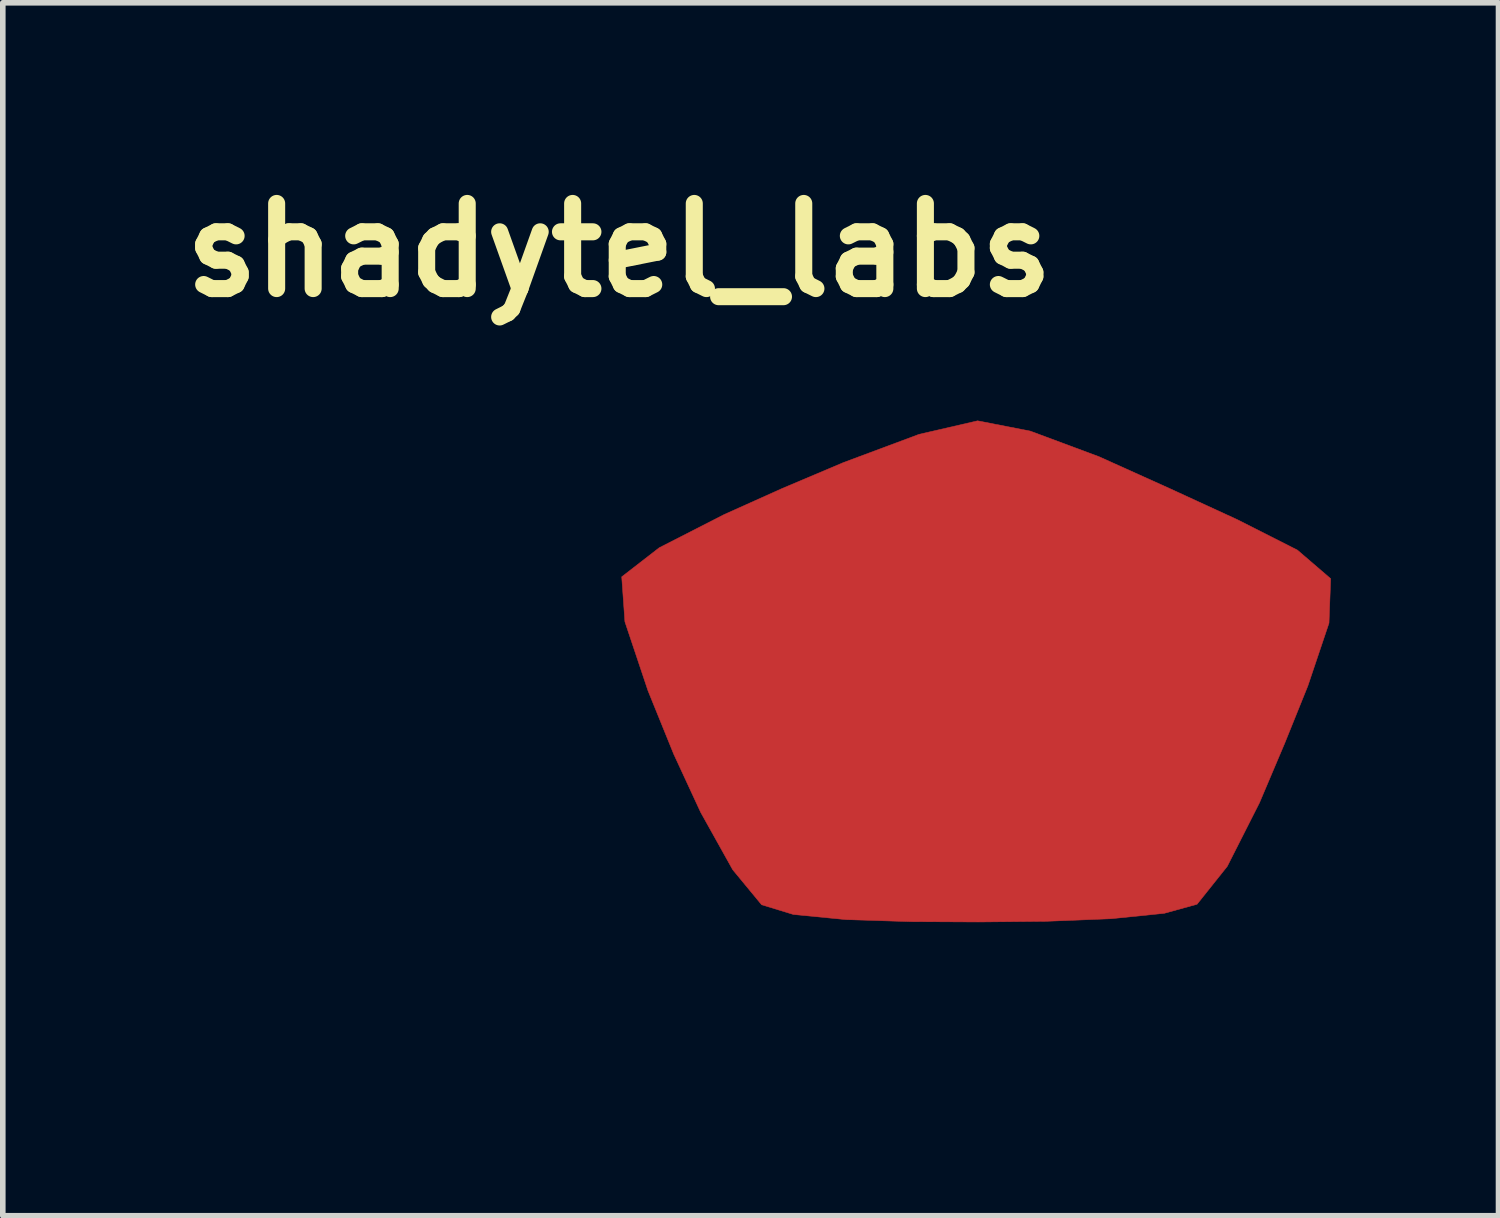
<source format=kicad_pcb>
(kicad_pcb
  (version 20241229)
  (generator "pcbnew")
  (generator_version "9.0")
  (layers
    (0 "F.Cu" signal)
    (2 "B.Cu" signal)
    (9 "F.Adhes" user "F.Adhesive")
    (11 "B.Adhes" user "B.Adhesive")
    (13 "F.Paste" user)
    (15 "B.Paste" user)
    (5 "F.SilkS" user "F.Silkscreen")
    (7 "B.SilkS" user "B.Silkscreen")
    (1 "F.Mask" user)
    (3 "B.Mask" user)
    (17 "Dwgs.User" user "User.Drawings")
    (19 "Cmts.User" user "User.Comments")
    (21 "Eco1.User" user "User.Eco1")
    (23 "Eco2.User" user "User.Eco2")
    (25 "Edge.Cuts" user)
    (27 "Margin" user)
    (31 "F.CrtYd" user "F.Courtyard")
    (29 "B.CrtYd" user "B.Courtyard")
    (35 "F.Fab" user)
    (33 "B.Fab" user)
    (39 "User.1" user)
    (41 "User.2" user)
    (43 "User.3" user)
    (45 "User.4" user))
  (footprint "shadytel_labs"
    (layer "F.Cu")
    (at 8.034 4.478)
    (property "Reference" "shadytel_labs" (at 0 -3.052 0) (layer "F.SilkS") (effects (font (size 1.524 1.524) (thickness 0.305))))
    (attr exclude_from_pos_files exclude_from_bom)
    (fp_poly (pts (xy 2.922 1.212) (xy 4.014 0.75) (xy 5.365 0.246) (xy 6.414 0.004) (xy 7.357 0.188) (xy 8.587 0.646) (xy 9.843 1.212) (xy 11.063 1.773) (xy 12.137 2.317) (xy 12.733 2.829) (xy 12.703 3.624) (xy 12.325 4.747) (xy 11.909 5.778) (xy 11.459 6.84) (xy 10.882 7.979) (xy 10.341 8.657) (xy 9.754 8.819) (xy 8.8 8.916) (xy 7.64 8.962) (xy 6.43 8.974) (xy 5.221 8.968) (xy 4.063 8.932) (xy 3.118 8.84) (xy 2.548 8.666) (xy 2.03 8.038) (xy 1.457 7.011) (xy 0.975 5.97) (xy 0.513 4.831) (xy 0.101 3.6) (xy 0.044 2.796) (xy 0.716 2.275) (xy 1.88 1.68) (xy 2.922 1.212)) (stroke (width 0.009) (type solid)) (fill yes) (layer "F.Cu"))
    (fp_poly (pts (xy 7.952 9.606) (xy 7.62 10.848) (xy 7.337 10.848) (xy 7.669 9.606) (xy 7.952 9.606)) (stroke (width 0) (type solid)) (fill yes) (layer "F.Mask"))
    (fp_poly (pts (xy 8.999 9.606) (xy 8.742 10.563) (xy 9.263 10.563) (xy 9.189 10.848) (xy 8.334 10.848) (xy 8.665 9.606) (xy 8.999 9.606)) (stroke (width 0) (type solid)) (fill yes) (layer "F.Mask"))
    (fp_poly (pts (xy 5.85 4.219) (xy 6.962 4.219) (xy 6.974 3.696) (xy 7.033 3.654) (xy 8.145 3.664) (xy 8.205 4.459) (xy 8.465 4.721) (xy 9.208 5.492) (xy 9.778 6.342) (xy 9.767 7.493) (xy 8.95 7.514) (xy 8.122 7.514) (xy 7.293 7.514) (xy 6.237 7.511) (xy 5.181 7.509) (xy 4.125 7.506) (xy 3.069 7.504) (xy 3.009 7.441) (xy 2.997 6.949) (xy 3.213 6.017) (xy 3.72 5.354) (xy 4.311 4.752) (xy 4.619 4.438) (xy 4.631 3.695) (xy 4.69 3.654) (xy 5.838 3.695) (xy 5.85 4.219)) (stroke (width 0) (type solid)) (fill yes) (layer "F.Mask"))
    (fp_poly (pts (xy 5.67 1.959) (xy 6.83 1.965) (xy 7.928 2.009) (xy 8.954 2.104) (xy 9.899 2.262) (xy 11.054 2.534) (xy 11.501 3.204) (xy 11.73 3.912) (xy 11.588 4.648) (xy 10.499 4.943) (xy 9.279 4.731) (xy 8.773 4.145) (xy 8.701 3.392) (xy 8.064 3.14) (xy 6.95 3.007) (xy 5.916 3.016) (xy 4.94 3.099) (xy 4.198 3.35) (xy 3.967 4.323) (xy 3.285 4.816) (xy 2.134 4.93) (xy 1.383 4.794) (xy 1.077 4.18) (xy 1.21 3.445) (xy 1.744 2.534) (xy 2.264 2.398) (xy 3.362 2.182) (xy 4.559 2.022) (xy 5.67 1.959)) (stroke (width 0) (type solid)) (fill yes) (layer "F.Mask"))
    (fp_poly (pts (xy 2.295 9.606) (xy 2.151 10.14) (xy 2.163 10.14) (xy 2.172 10.125) (xy 2.183 10.112) (xy 2.202 10.086) (xy 2.224 10.062) (xy 2.256 10.034) (xy 2.289 10.012) (xy 2.323 9.997) (xy 2.364 9.984) (xy 2.408 9.978) (xy 2.459 9.974) (xy 2.518 9.978) (xy 2.572 9.989) (xy 2.615 10.008) (xy 2.652 10.034) (xy 2.677 10.069) (xy 2.69 10.112) (xy 2.69 10.166) (xy 2.679 10.232) (xy 2.515 10.848) (xy 2.232 10.848) (xy 2.369 10.332) (xy 2.375 10.304) (xy 2.379 10.276) (xy 2.377 10.252) (xy 2.375 10.232) (xy 2.366 10.217) (xy 2.347 10.204) (xy 2.321 10.198) (xy 2.287 10.194) (xy 2.248 10.198) (xy 2.215 10.205) (xy 2.185 10.22) (xy 2.161 10.237) (xy 2.138 10.261) (xy 2.12 10.287) (xy 2.105 10.319) (xy 2.096 10.354) (xy 1.963 10.848) (xy 1.68 10.848) (xy 2.012 9.606) (xy 2.295 9.606) (xy 2.295 9.606)) (stroke (width 0) (type solid)) (fill yes) (layer "F.Mask"))
    (fp_poly (pts (xy 5.735 9.978) (xy 5.271 10.906) (xy 5.232 10.978) (xy 5.189 11.046) (xy 5.143 11.101) (xy 5.094 11.148) (xy 5.037 11.183) (xy 4.973 11.211) (xy 4.901 11.226) (xy 4.819 11.232) (xy 4.811 11.232) (xy 4.804 11.232) (xy 4.8 11.232) (xy 4.798 11.232) (xy 4.795 11.232) (xy 4.791 11.232) (xy 4.783 11.23) (xy 4.776 11.23) (xy 4.772 11.23) (xy 4.77 11.23) (xy 4.767 11.23) (xy 4.763 11.23) (xy 4.755 11.23) (xy 4.75 11.23) (xy 4.742 11.228) (xy 4.737 11.228) (xy 4.729 11.228) (xy 4.724 11.228) (xy 4.716 11.226) (xy 4.709 11.226) (xy 4.761 11.034) (xy 4.761 11.033) (xy 4.763 11.033) (xy 4.767 11.033) (xy 4.768 11.033) (xy 4.768 11.034) (xy 4.77 11.034) (xy 4.772 11.034) (xy 4.776 11.034) (xy 4.78 11.036) (xy 4.781 11.036) (xy 4.828 11.032) (xy 4.869 11.023) (xy 4.903 11.008) (xy 4.929 10.988) (xy 4.942 10.971) (xy 4.955 10.954) (xy 4.962 10.941) (xy 4.971 10.928) (xy 4.99 10.889) (xy 5.011 10.848) (xy 4.854 10.848) (xy 4.83 9.978) (xy 5.128 9.978) (xy 5.111 10.684) (xy 5.445 9.978) (xy 5.735 9.978) (xy 5.735 9.978)) (stroke (width 0) (type solid)) (fill yes) (layer "F.Mask"))
    (fp_poly (pts (xy 6.994 10.557) (xy 7.27 10.557) (xy 7.238 10.652) (xy 7.199 10.725) (xy 7.151 10.779) (xy 7.097 10.813) (xy 7.033 10.835) (xy 6.963 10.848) (xy 6.884 10.852) (xy 6.799 10.856) (xy 6.683 10.85) (xy 6.59 10.837) (xy 6.519 10.813) (xy 6.471 10.774) (xy 6.443 10.721) (xy 6.436 10.645) (xy 6.441 10.548) (xy 6.469 10.431) (xy 6.503 10.317) (xy 6.544 10.22) (xy 6.588 10.14) (xy 6.639 10.079) (xy 6.7 10.034) (xy 6.782 10.001) (xy 6.883 9.982) (xy 7.004 9.974) (xy 7.104 9.98) (xy 7.188 9.995) (xy 7.255 10.019) (xy 7.305 10.051) (xy 7.337 10.099) (xy 7.35 10.166) (xy 7.345 10.256) (xy 7.322 10.364) (xy 7.296 10.463) (xy 6.784 10.463) (xy 6.784 10.31) (xy 7.065 10.306) (xy 7.065 10.306) (xy 7.071 10.278) (xy 7.074 10.25) (xy 7.069 10.226) (xy 7.063 10.207) (xy 7.046 10.194) (xy 7.028 10.185) (xy 7.002 10.179) (xy 6.968 10.176) (xy 6.955 10.172) (xy 6.911 10.178) (xy 6.877 10.185) (xy 6.851 10.194) (xy 6.83 10.209) (xy 6.816 10.228) (xy 6.802 10.252) (xy 6.791 10.28) (xy 6.784 10.31) (xy 6.784 10.463) (xy 6.739 10.463) (xy 6.726 10.511) (xy 6.719 10.552) (xy 6.717 10.585) (xy 6.719 10.613) (xy 6.73 10.636) (xy 6.754 10.651) (xy 6.789 10.662) (xy 6.842 10.664) (xy 6.87 10.664) (xy 6.896 10.66) (xy 6.918 10.654) (xy 6.938 10.645) (xy 6.953 10.634) (xy 6.968 10.615) (xy 6.981 10.591) (xy 6.994 10.561) (xy 6.994 10.557) (xy 6.994 10.557)) (stroke (width 0) (type solid)) (fill yes) (layer "F.Mask"))
    (fp_poly (pts (xy 6.465 9.978) (xy 6.409 10.183) (xy 6.08 10.183) (xy 5.987 10.535) (xy 5.985 10.539) (xy 5.983 10.543) (xy 5.983 10.546) (xy 5.983 10.548) (xy 5.981 10.55) (xy 5.981 10.554) (xy 5.983 10.554) (xy 5.983 10.556) (xy 5.981 10.559) (xy 5.981 10.561) (xy 5.979 10.565) (xy 5.979 10.569) (xy 5.977 10.57) (xy 5.977 10.574) (xy 5.977 10.576) (xy 5.974 10.591) (xy 5.97 10.606) (xy 5.97 10.619) (xy 5.974 10.63) (xy 5.977 10.641) (xy 5.985 10.649) (xy 5.998 10.652) (xy 6.015 10.654) (xy 6.039 10.652) (xy 6.057 10.649) (xy 6.072 10.641) (xy 6.085 10.628) (xy 6.093 10.615) (xy 6.102 10.598) (xy 6.11 10.58) (xy 6.119 10.557) (xy 6.121 10.554) (xy 6.121 10.55) (xy 6.123 10.546) (xy 6.123 10.543) (xy 6.124 10.539) (xy 6.126 10.535) (xy 6.126 10.533) (xy 6.126 10.53) (xy 6.13 10.526) (xy 6.13 10.522) (xy 6.132 10.518) (xy 6.132 10.515) (xy 6.134 10.511) (xy 6.136 10.507) (xy 6.136 10.503) (xy 6.136 10.502) (xy 6.137 10.498) (xy 6.137 10.494) (xy 6.367 10.49) (xy 6.365 10.494) (xy 6.365 10.498) (xy 6.363 10.502) (xy 6.363 10.503) (xy 6.361 10.509) (xy 6.359 10.515) (xy 6.359 10.518) (xy 6.359 10.52) (xy 6.357 10.524) (xy 6.359 10.524) (xy 6.359 10.528) (xy 6.357 10.529) (xy 6.357 10.533) (xy 6.357 10.535) (xy 6.355 10.539) (xy 6.355 10.541) (xy 6.354 10.542) (xy 6.354 10.546) (xy 6.354 10.548) (xy 6.352 10.552) (xy 6.352 10.554) (xy 6.352 10.555) (xy 6.35 10.559) (xy 6.35 10.561) (xy 6.35 10.563) (xy 6.35 10.567) (xy 6.35 10.569) (xy 6.348 10.572) (xy 6.322 10.647) (xy 6.294 10.708) (xy 6.257 10.759) (xy 6.216 10.796) (xy 6.166 10.822) (xy 6.106 10.84) (xy 6.033 10.85) (xy 5.949 10.854) (xy 5.879 10.85) (xy 5.819 10.846) (xy 5.765 10.833) (xy 5.722 10.813) (xy 5.689 10.783) (xy 5.672 10.736) (xy 5.672 10.673) (xy 5.687 10.595) (xy 5.797 10.183) (xy 5.691 10.183) (xy 5.746 9.978) (xy 5.853 9.978) (xy 5.901 9.796) (xy 6.184 9.796) (xy 6.136 9.978) (xy 6.465 9.978) (xy 6.465 9.978)) (stroke (width 0) (type solid)) (fill yes) (layer "F.Mask"))
    (fp_poly (pts (xy 4.852 9.608) (xy 4.521 10.848) (xy 4.247 10.848) (xy 4.295 10.697) (xy 4.286 10.697) (xy 4.256 10.746) (xy 4.226 10.783) (xy 4.193 10.811) (xy 4.156 10.829) (xy 4.146 10.833) (xy 4.146 10.651) (xy 4.187 10.649) (xy 4.223 10.641) (xy 4.252 10.628) (xy 4.277 10.608) (xy 4.295 10.584) (xy 4.314 10.554) (xy 4.318 10.543) (xy 4.323 10.531) (xy 4.333 10.505) (xy 4.342 10.477) (xy 4.342 10.476) (xy 4.344 10.472) (xy 4.344 10.47) (xy 4.344 10.466) (xy 4.346 10.464) (xy 4.346 10.461) (xy 4.347 10.459) (xy 4.347 10.455) (xy 4.347 10.453) (xy 4.349 10.451) (xy 4.349 10.45) (xy 4.349 10.448) (xy 4.351 10.444) (xy 4.349 10.44) (xy 4.351 10.436) (xy 4.351 10.435) (xy 4.353 10.431) (xy 4.353 10.427) (xy 4.355 10.423) (xy 4.355 10.42) (xy 4.355 10.418) (xy 4.357 10.414) (xy 4.357 10.41) (xy 4.368 10.364) (xy 4.375 10.321) (xy 4.379 10.284) (xy 4.381 10.25) (xy 4.37 10.224) (xy 4.346 10.204) (xy 4.308 10.192) (xy 4.256 10.189) (xy 4.211 10.192) (xy 4.174 10.206) (xy 4.144 10.226) (xy 4.124 10.254) (xy 4.115 10.271) (xy 4.107 10.287) (xy 4.1 10.306) (xy 4.092 10.323) (xy 4.079 10.36) (xy 4.068 10.397) (xy 4.07 10.394) (xy 4.07 10.394) (xy 4.055 10.446) (xy 4.044 10.492) (xy 4.036 10.531) (xy 4.033 10.565) (xy 4.035 10.595) (xy 4.042 10.619) (xy 4.064 10.638) (xy 4.098 10.649) (xy 4.146 10.651) (xy 4.146 10.833) (xy 4.117 10.842) (xy 4.077 10.848) (xy 4.046 10.852) (xy 4.012 10.856) (xy 4.001 10.856) (xy 3.99 10.856) (xy 3.932 10.852) (xy 3.88 10.846) (xy 3.832 10.833) (xy 3.789 10.811) (xy 3.755 10.781) (xy 3.733 10.74) (xy 3.724 10.69) (xy 3.731 10.625) (xy 3.731 10.61) (xy 3.735 10.595) (xy 3.737 10.587) (xy 3.74 10.578) (xy 3.74 10.571) (xy 3.744 10.561) (xy 3.746 10.546) (xy 3.75 10.531) (xy 3.751 10.524) (xy 3.755 10.515) (xy 3.755 10.507) (xy 3.759 10.498) (xy 3.759 10.489) (xy 3.763 10.479) (xy 3.763 10.474) (xy 3.764 10.468) (xy 3.766 10.461) (xy 3.77 10.451) (xy 3.77 10.444) (xy 3.774 10.435) (xy 3.774 10.427) (xy 3.777 10.42) (xy 3.779 10.412) (xy 3.781 10.405) (xy 3.783 10.397) (xy 3.787 10.388) (xy 3.787 10.381) (xy 3.79 10.371) (xy 3.817 10.284) (xy 3.85 10.205) (xy 3.885 10.138) (xy 3.928 10.081) (xy 3.98 10.034) (xy 4.048 10.001) (xy 4.128 9.982) (xy 4.224 9.975) (xy 4.264 9.976) (xy 4.299 9.982) (xy 4.331 9.989) (xy 4.359 10.001) (xy 4.385 10.017) (xy 4.403 10.042) (xy 4.416 10.071) (xy 4.426 10.107) (xy 4.437 10.103) (xy 4.569 9.608) (xy 4.852 9.608) (xy 4.852 9.608)) (stroke (width 0) (type solid)) (fill yes) (layer "F.Mask"))
    (fp_poly (pts (xy 10.295 10.848) (xy 10.627 9.608) (xy 10.91 9.608) (xy 10.777 10.103) (xy 10.792 10.103) (xy 10.82 10.071) (xy 10.85 10.042) (xy 10.88 10.019) (xy 10.913 10.002) (xy 10.945 9.989) (xy 10.982 9.982) (xy 11.021 9.976) (xy 11.062 9.974) (xy 11.144 9.98) (xy 11.211 9.995) (xy 11.264 10.023) (xy 11.299 10.058) (xy 11.318 10.107) (xy 11.327 10.166) (xy 11.321 10.239) (xy 11.305 10.323) (xy 11.303 10.328) (xy 11.301 10.334) (xy 11.301 10.338) (xy 11.301 10.34) (xy 11.299 10.343) (xy 11.299 10.345) (xy 11.297 10.349) (xy 11.297 10.351) (xy 11.295 10.354) (xy 11.295 10.356) (xy 11.295 10.36) (xy 11.293 10.364) (xy 11.292 10.367) (xy 11.29 10.369) (xy 11.29 10.373) (xy 11.288 10.377) (xy 11.288 10.379) (xy 11.288 10.381) (xy 11.286 10.384) (xy 11.286 10.388) (xy 11.286 10.39) (xy 11.284 10.394) (xy 11.284 10.395) (xy 11.282 10.399) (xy 11.282 10.403) (xy 11.28 10.407) (xy 11.279 10.41) (xy 11.279 10.414) (xy 11.277 10.418) (xy 11.277 10.421) (xy 11.277 10.423) (xy 11.275 10.427) (xy 11.275 10.431) (xy 11.245 10.52) (xy 11.213 10.598) (xy 11.191 10.649) (xy 11.169 10.693) (xy 11.158 10.716) (xy 11.146 10.736) (xy 11.096 10.79) (xy 11.027 10.828) (xy 10.94 10.848) (xy 10.83 10.855) (xy 10.783 10.854) (xy 10.783 10.854) (xy 10.783 10.645) (xy 10.824 10.643) (xy 10.859 10.636) (xy 10.889 10.623) (xy 10.913 10.604) (xy 10.921 10.593) (xy 10.932 10.582) (xy 10.94 10.567) (xy 10.949 10.552) (xy 10.953 10.541) (xy 10.958 10.53) (xy 10.967 10.505) (xy 10.977 10.479) (xy 10.997 10.403) (xy 11.005 10.366) (xy 11.01 10.328) (xy 11.014 10.293) (xy 11.016 10.258) (xy 11.01 10.23) (xy 10.992 10.209) (xy 10.96 10.196) (xy 10.919 10.192) (xy 10.876 10.194) (xy 10.843 10.2) (xy 10.811 10.207) (xy 10.787 10.22) (xy 10.772 10.233) (xy 10.757 10.25) (xy 10.75 10.261) (xy 10.742 10.274) (xy 10.722 10.321) (xy 10.705 10.379) (xy 10.699 10.403) (xy 10.699 10.403) (xy 10.697 10.407) (xy 10.695 10.41) (xy 10.695 10.414) (xy 10.695 10.416) (xy 10.694 10.42) (xy 10.694 10.422) (xy 10.694 10.423) (xy 10.692 10.425) (xy 10.692 10.429) (xy 10.692 10.431) (xy 10.69 10.435) (xy 10.692 10.435) (xy 10.69 10.438) (xy 10.69 10.442) (xy 10.688 10.446) (xy 10.688 10.449) (xy 10.686 10.453) (xy 10.686 10.457) (xy 10.686 10.459) (xy 10.684 10.462) (xy 10.675 10.5) (xy 10.671 10.535) (xy 10.669 10.567) (xy 10.671 10.593) (xy 10.681 10.617) (xy 10.703 10.632) (xy 10.736 10.643) (xy 10.783 10.645) (xy 10.783 10.854) (xy 10.742 10.848) (xy 10.707 10.842) (xy 10.677 10.829) (xy 10.653 10.811) (xy 10.634 10.783) (xy 10.621 10.747) (xy 10.616 10.703) (xy 10.606 10.699) (xy 10.578 10.848) (xy 10.295 10.848) (xy 10.295 10.848)) (stroke (width 0) (type solid)) (fill yes) (layer "F.Mask"))
    (fp_poly (pts (xy 12.251 10.228) (xy 11.983 10.228) (xy 11.981 10.23) (xy 11.979 10.23) (xy 11.981 10.228) (xy 11.981 10.226) (xy 11.981 10.224) (xy 11.979 10.224) (xy 11.981 10.222) (xy 11.981 10.219) (xy 11.979 10.202) (xy 11.975 10.185) (xy 11.968 10.174) (xy 11.958 10.166) (xy 11.943 10.165) (xy 11.929 10.161) (xy 11.914 10.159) (xy 11.897 10.157) (xy 11.845 10.153) (xy 11.824 10.157) (xy 11.806 10.161) (xy 11.787 10.165) (xy 11.772 10.166) (xy 11.753 10.174) (xy 11.74 10.185) (xy 11.729 10.202) (xy 11.72 10.222) (xy 11.714 10.25) (xy 11.72 10.273) (xy 11.735 10.287) (xy 11.761 10.297) (xy 11.791 10.302) (xy 11.826 10.306) (xy 11.863 10.31) (xy 11.906 10.31) (xy 11.914 10.312) (xy 11.925 10.312) (xy 11.932 10.312) (xy 11.943 10.312) (xy 11.947 10.312) (xy 11.951 10.312) (xy 11.956 10.312) (xy 11.962 10.312) (xy 11.964 10.314) (xy 11.97 10.314) (xy 11.975 10.314) (xy 11.981 10.314) (xy 12.031 10.319) (xy 12.079 10.328) (xy 12.122 10.345) (xy 12.163 10.362) (xy 12.195 10.392) (xy 12.212 10.433) (xy 12.214 10.489) (xy 12.2 10.558) (xy 12.169 10.649) (xy 12.124 10.721) (xy 12.068 10.774) (xy 12.001 10.809) (xy 11.927 10.831) (xy 11.852 10.846) (xy 11.772 10.852) (xy 11.692 10.856) (xy 11.61 10.852) (xy 11.535 10.848) (xy 11.467 10.839) (xy 11.405 10.822) (xy 11.357 10.792) (xy 11.332 10.742) (xy 11.329 10.673) (xy 11.346 10.58) (xy 11.636 10.576) (xy 11.629 10.608) (xy 11.627 10.63) (xy 11.629 10.649) (xy 11.64 10.66) (xy 11.651 10.667) (xy 11.67 10.673) (xy 11.69 10.677) (xy 11.716 10.677) (xy 11.778 10.673) (xy 11.779 10.675) (xy 11.783 10.675) (xy 11.785 10.675) (xy 11.789 10.675) (xy 11.793 10.675) (xy 11.798 10.675) (xy 11.804 10.675) (xy 11.815 10.675) (xy 11.826 10.673) (xy 11.832 10.673) (xy 11.837 10.671) (xy 11.848 10.669) (xy 11.86 10.666) (xy 11.876 10.658) (xy 11.893 10.645) (xy 11.904 10.625) (xy 11.914 10.6) (xy 11.917 10.574) (xy 11.917 10.554) (xy 11.908 10.539) (xy 11.895 10.53) (xy 11.886 10.528) (xy 11.878 10.524) (xy 11.867 10.524) (xy 11.86 10.52) (xy 11.837 10.518) (xy 11.815 10.515) (xy 11.759 10.511) (xy 11.681 10.513) (xy 11.612 10.505) (xy 11.549 10.492) (xy 11.493 10.476) (xy 11.45 10.448) (xy 11.426 10.397) (xy 11.424 10.328) (xy 11.441 10.241) (xy 11.47 10.155) (xy 11.511 10.088) (xy 11.562 10.042) (xy 11.627 10.012) (xy 11.694 9.997) (xy 11.765 9.984) (xy 11.837 9.978) (xy 11.914 9.975) (xy 11.921 9.975) (xy 11.929 9.975) (xy 11.936 9.975) (xy 11.945 9.975) (xy 11.953 9.976) (xy 11.964 9.976) (xy 11.971 9.976) (xy 11.983 9.976) (xy 11.99 9.976) (xy 12.001 9.976) (xy 12.009 9.978) (xy 12.02 9.978) (xy 12.027 9.978) (xy 12.037 9.978) (xy 12.044 9.98) (xy 12.055 9.98) (xy 12.102 9.988) (xy 12.145 9.999) (xy 12.158 10.004) (xy 12.171 10.008) (xy 12.197 10.021) (xy 12.223 10.034) (xy 12.249 10.06) (xy 12.268 10.096) (xy 12.269 10.14) (xy 12.262 10.192) (xy 12.262 10.194) (xy 12.26 10.198) (xy 12.26 10.2) (xy 12.258 10.204) (xy 12.258 10.207) (xy 12.256 10.211) (xy 12.255 10.213) (xy 12.253 10.217) (xy 12.253 10.22) (xy 12.253 10.222) (xy 12.251 10.226) (xy 12.251 10.228) (xy 12.249 10.23) (xy 12.249 10.231) (xy 12.251 10.228) (xy 12.251 10.228)) (stroke (width 0) (type solid)) (fill yes) (layer "F.Mask"))
    (fp_poly (pts (xy 3.154 10.237) (xy 2.867 10.237) (xy 2.896 10.153) (xy 2.936 10.088) (xy 2.982 10.042) (xy 3.04 10.012) (xy 3.101 9.997) (xy 3.17 9.984) (xy 3.243 9.978) (xy 3.319 9.974) (xy 3.405 9.978) (xy 3.483 9.988) (xy 3.552 10.002) (xy 3.612 10.021) (xy 3.656 10.056) (xy 3.681 10.112) (xy 3.684 10.191) (xy 3.666 10.289) (xy 3.517 10.848) (xy 3.234 10.848) (xy 3.278 10.72) (xy 3.267 10.72) (xy 3.249 10.755) (xy 3.228 10.781) (xy 3.204 10.803) (xy 3.176 10.82) (xy 3.142 10.833) (xy 3.113 10.842) (xy 3.111 10.843) (xy 3.111 10.677) (xy 3.139 10.677) (xy 3.165 10.677) (xy 3.191 10.673) (xy 3.213 10.669) (xy 3.239 10.662) (xy 3.26 10.651) (xy 3.278 10.634) (xy 3.293 10.612) (xy 3.304 10.582) (xy 3.304 10.58) (xy 3.306 10.576) (xy 3.306 10.574) (xy 3.306 10.571) (xy 3.306 10.567) (xy 3.308 10.563) (xy 3.308 10.561) (xy 3.308 10.558) (xy 3.31 10.55) (xy 3.31 10.543) (xy 3.31 10.537) (xy 3.308 10.531) (xy 3.304 10.526) (xy 3.303 10.52) (xy 3.299 10.518) (xy 3.295 10.515) (xy 3.291 10.515) (xy 3.288 10.511) (xy 3.278 10.507) (xy 3.271 10.503) (xy 3.265 10.503) (xy 3.262 10.502) (xy 3.258 10.5) (xy 3.252 10.5) (xy 3.247 10.5) (xy 3.243 10.498) (xy 3.237 10.498) (xy 3.232 10.496) (xy 3.228 10.496) (xy 3.224 10.496) (xy 3.221 10.496) (xy 3.217 10.494) (xy 3.211 10.494) (xy 3.208 10.494) (xy 3.204 10.494) (xy 3.2 10.494) (xy 3.193 10.494) (xy 3.185 10.494) (xy 3.178 10.494) (xy 3.172 10.494) (xy 3.146 10.496) (xy 3.124 10.498) (xy 3.099 10.504) (xy 3.079 10.509) (xy 3.059 10.52) (xy 3.045 10.535) (xy 3.032 10.558) (xy 3.025 10.584) (xy 3.025 10.58) (xy 3.025 10.58) (xy 3.018 10.613) (xy 3.019 10.639) (xy 3.027 10.656) (xy 3.045 10.666) (xy 3.064 10.671) (xy 3.086 10.675) (xy 3.111 10.677) (xy 3.111 10.843) (xy 3.092 10.846) (xy 3.072 10.848) (xy 3.06 10.848) (xy 3.051 10.85) (xy 3.045 10.85) (xy 3.04 10.85) (xy 3.036 10.85) (xy 3.034 10.852) (xy 3.031 10.852) (xy 3.029 10.852) (xy 3.025 10.852) (xy 3.021 10.854) (xy 3.018 10.854) (xy 3.014 10.854) (xy 3.008 10.854) (xy 3.003 10.854) (xy 2.997 10.854) (xy 2.991 10.854) (xy 2.986 10.854) (xy 2.98 10.855) (xy 2.975 10.855) (xy 2.969 10.855) (xy 2.965 10.855) (xy 2.962 10.855) (xy 2.96 10.855) (xy 2.898 10.852) (xy 2.844 10.844) (xy 2.798 10.828) (xy 2.762 10.803) (xy 2.734 10.77) (xy 2.721 10.727) (xy 2.72 10.671) (xy 2.733 10.606) (xy 2.761 10.528) (xy 2.794 10.462) (xy 2.835 10.414) (xy 2.883 10.379) (xy 2.938 10.354) (xy 2.999 10.338) (xy 3.066 10.326) (xy 3.141 10.323) (xy 3.144 10.323) (xy 3.148 10.323) (xy 3.152 10.323) (xy 3.155 10.323) (xy 3.159 10.323) (xy 3.163 10.323) (xy 3.165 10.323) (xy 3.168 10.323) (xy 3.172 10.323) (xy 3.2 10.326) (xy 3.226 10.328) (xy 3.243 10.332) (xy 3.26 10.336) (xy 3.267 10.34) (xy 3.276 10.341) (xy 3.299 10.353) (xy 3.316 10.369) (xy 3.329 10.392) (xy 3.336 10.418) (xy 3.349 10.414) (xy 3.392 10.256) (xy 3.396 10.23) (xy 3.398 10.205) (xy 3.392 10.187) (xy 3.385 10.172) (xy 3.37 10.163) (xy 3.351 10.155) (xy 3.325 10.15) (xy 3.297 10.148) (xy 3.269 10.15) (xy 3.245 10.151) (xy 3.222 10.157) (xy 3.204 10.164) (xy 3.189 10.176) (xy 3.176 10.192) (xy 3.163 10.215) (xy 3.154 10.241) (xy 3.154 10.237) (xy 3.154 10.237)) (stroke (width 0) (type solid)) (fill yes) (layer "F.Mask"))
    (fp_poly (pts (xy 9.755 10.237) (xy 9.468 10.237) (xy 9.498 10.153) (xy 9.537 10.088) (xy 9.583 10.042) (xy 9.641 10.012) (xy 9.703 9.997) (xy 9.772 9.984) (xy 9.844 9.978) (xy 9.921 9.974) (xy 10.006 9.978) (xy 10.084 9.988) (xy 10.153 10.002) (xy 10.213 10.021) (xy 10.258 10.056) (xy 10.282 10.112) (xy 10.286 10.191) (xy 10.267 10.289) (xy 10.118 10.848) (xy 9.835 10.848) (xy 9.88 10.72) (xy 9.868 10.72) (xy 9.85 10.755) (xy 9.829 10.781) (xy 9.805 10.803) (xy 9.777 10.82) (xy 9.744 10.833) (xy 9.714 10.842) (xy 9.712 10.843) (xy 9.712 10.677) (xy 9.74 10.677) (xy 9.766 10.677) (xy 9.792 10.673) (xy 9.814 10.669) (xy 9.84 10.662) (xy 9.861 10.651) (xy 9.88 10.634) (xy 9.894 10.612) (xy 9.906 10.582) (xy 9.906 10.58) (xy 9.908 10.576) (xy 9.908 10.574) (xy 9.908 10.571) (xy 9.908 10.567) (xy 9.909 10.563) (xy 9.909 10.561) (xy 9.909 10.558) (xy 9.911 10.55) (xy 9.911 10.543) (xy 9.911 10.537) (xy 9.909 10.531) (xy 9.906 10.526) (xy 9.904 10.52) (xy 9.9 10.518) (xy 9.896 10.515) (xy 9.893 10.515) (xy 9.889 10.511) (xy 9.88 10.507) (xy 9.872 10.503) (xy 9.867 10.503) (xy 9.863 10.502) (xy 9.859 10.5) (xy 9.853 10.5) (xy 9.848 10.5) (xy 9.844 10.498) (xy 9.839 10.498) (xy 9.833 10.496) (xy 9.829 10.496) (xy 9.826 10.496) (xy 9.822 10.496) (xy 9.818 10.494) (xy 9.812 10.494) (xy 9.809 10.494) (xy 9.805 10.494) (xy 9.801 10.494) (xy 9.794 10.494) (xy 9.786 10.494) (xy 9.779 10.494) (xy 9.773 10.494) (xy 9.747 10.496) (xy 9.725 10.498) (xy 9.701 10.504) (xy 9.68 10.509) (xy 9.66 10.52) (xy 9.647 10.535) (xy 9.634 10.558) (xy 9.626 10.584) (xy 9.626 10.58) (xy 9.626 10.58) (xy 9.619 10.613) (xy 9.621 10.639) (xy 9.628 10.656) (xy 9.647 10.666) (xy 9.665 10.671) (xy 9.688 10.675) (xy 9.712 10.677) (xy 9.712 10.843) (xy 9.693 10.846) (xy 9.673 10.848) (xy 9.662 10.848) (xy 9.652 10.85) (xy 9.647 10.85) (xy 9.641 10.85) (xy 9.637 10.85) (xy 9.636 10.852) (xy 9.632 10.852) (xy 9.63 10.852) (xy 9.626 10.852) (xy 9.623 10.854) (xy 9.619 10.854) (xy 9.615 10.854) (xy 9.61 10.854) (xy 9.604 10.854) (xy 9.598 10.854) (xy 9.593 10.854) (xy 9.587 10.854) (xy 9.582 10.855) (xy 9.576 10.855) (xy 9.57 10.855) (xy 9.567 10.855) (xy 9.563 10.855) (xy 9.561 10.855) (xy 9.5 10.852) (xy 9.446 10.844) (xy 9.399 10.828) (xy 9.364 10.803) (xy 9.336 10.77) (xy 9.323 10.727) (xy 9.321 10.671) (xy 9.334 10.606) (xy 9.362 10.528) (xy 9.395 10.462) (xy 9.436 10.414) (xy 9.485 10.379) (xy 9.539 10.354) (xy 9.6 10.338) (xy 9.667 10.326) (xy 9.742 10.323) (xy 9.746 10.323) (xy 9.749 10.323) (xy 9.753 10.323) (xy 9.757 10.323) (xy 9.76 10.323) (xy 9.764 10.323) (xy 9.766 10.323) (xy 9.77 10.323) (xy 9.773 10.323) (xy 9.801 10.326) (xy 9.827 10.328) (xy 9.844 10.332) (xy 9.861 10.336) (xy 9.868 10.34) (xy 9.878 10.341) (xy 9.9 10.353) (xy 9.917 10.369) (xy 9.93 10.392) (xy 9.937 10.418) (xy 9.95 10.414) (xy 9.993 10.256) (xy 9.997 10.23) (xy 9.999 10.205) (xy 9.993 10.187) (xy 9.986 10.172) (xy 9.971 10.163) (xy 9.952 10.155) (xy 9.926 10.15) (xy 9.898 10.148) (xy 9.87 10.15) (xy 9.846 10.151) (xy 9.824 10.157) (xy 9.805 10.164) (xy 9.79 10.176) (xy 9.777 10.192) (xy 9.764 10.215) (xy 9.755 10.241) (xy 9.755 10.237) (xy 9.755 10.237)) (stroke (width 0) (type solid)) (fill yes) (layer "F.Mask"))
    (fp_poly (pts (xy 1.716 9.993) (xy 1.399 9.993) (xy 1.408 9.952) (xy 1.41 9.92) (xy 1.404 9.896) (xy 1.393 9.878) (xy 1.375 9.868) (xy 1.349 9.861) (xy 1.313 9.855) (xy 1.274 9.853) (xy 1.241 9.85) (xy 1.237 9.853) (xy 1.233 9.853) (xy 1.229 9.853) (xy 1.226 9.853) (xy 1.214 9.853) (xy 1.205 9.853) (xy 1.183 9.857) (xy 1.164 9.859) (xy 1.134 9.865) (xy 1.106 9.872) (xy 1.079 9.885) (xy 1.058 9.904) (xy 1.041 9.932) (xy 1.028 9.967) (xy 1.021 9.995) (xy 1.019 10.017) (xy 1.021 10.038) (xy 1.026 10.053) (xy 1.036 10.066) (xy 1.052 10.075) (xy 1.073 10.083) (xy 1.099 10.084) (xy 1.112 10.088) (xy 1.127 10.088) (xy 1.142 10.088) (xy 1.157 10.088) (xy 1.16 10.09) (xy 1.166 10.09) (xy 1.174 10.092) (xy 1.185 10.092) (xy 1.2 10.092) (xy 1.214 10.092) (xy 1.218 10.092) (xy 1.222 10.092) (xy 1.226 10.092) (xy 1.228 10.092) (xy 1.231 10.092) (xy 1.321 10.099) (xy 1.406 10.11) (xy 1.483 10.127) (xy 1.557 10.148) (xy 1.615 10.187) (xy 1.647 10.248) (xy 1.652 10.338) (xy 1.632 10.451) (xy 1.628 10.459) (xy 1.626 10.466) (xy 1.626 10.47) (xy 1.626 10.472) (xy 1.624 10.475) (xy 1.624 10.477) (xy 1.621 10.485) (xy 1.621 10.492) (xy 1.619 10.496) (xy 1.619 10.498) (xy 1.617 10.502) (xy 1.617 10.505) (xy 1.613 10.513) (xy 1.613 10.52) (xy 1.609 10.526) (xy 1.608 10.531) (xy 1.606 10.535) (xy 1.606 10.537) (xy 1.602 10.543) (xy 1.602 10.546) (xy 1.6 10.55) (xy 1.6 10.552) (xy 1.598 10.556) (xy 1.598 10.559) (xy 1.587 10.589) (xy 1.576 10.617) (xy 1.568 10.632) (xy 1.561 10.645) (xy 1.554 10.66) (xy 1.546 10.673) (xy 1.527 10.701) (xy 1.507 10.725) (xy 1.485 10.747) (xy 1.459 10.766) (xy 1.421 10.79) (xy 1.384 10.809) (xy 1.358 10.82) (xy 1.332 10.828) (xy 1.319 10.831) (xy 1.306 10.835) (xy 1.267 10.842) (xy 1.228 10.848) (xy 1.202 10.848) (xy 1.175 10.85) (xy 1.162 10.85) (xy 1.149 10.852) (xy 1.144 10.852) (xy 1.138 10.852) (xy 1.133 10.852) (xy 1.125 10.854) (xy 1.12 10.854) (xy 1.114 10.854) (xy 1.108 10.854) (xy 1.103 10.854) (xy 1.097 10.854) (xy 1.092 10.854) (xy 1.086 10.854) (xy 1.082 10.854) (xy 1.077 10.854) (xy 1.071 10.854) (xy 1.066 10.854) (xy 1.06 10.854) (xy 0.978 10.855) (xy 0.859 10.85) (xy 0.754 10.842) (xy 0.671 10.826) (xy 0.604 10.801) (xy 0.555 10.759) (xy 0.535 10.686) (xy 0.538 10.583) (xy 0.566 10.449) (xy 0.883 10.446) (xy 0.876 10.481) (xy 0.872 10.511) (xy 0.872 10.537) (xy 0.877 10.559) (xy 0.887 10.576) (xy 0.907 10.589) (xy 0.933 10.596) (xy 0.969 10.598) (xy 1.114 10.595) (xy 1.118 10.596) (xy 1.121 10.596) (xy 1.123 10.596) (xy 1.127 10.596) (xy 1.131 10.596) (xy 1.155 10.596) (xy 1.179 10.593) (xy 1.194 10.589) (xy 1.209 10.585) (xy 1.216 10.583) (xy 1.224 10.58) (xy 1.246 10.567) (xy 1.267 10.544) (xy 1.283 10.513) (xy 1.297 10.475) (xy 1.304 10.44) (xy 1.302 10.412) (xy 1.295 10.393) (xy 1.282 10.38) (xy 1.263 10.373) (xy 1.239 10.367) (xy 1.211 10.364) (xy 1.183 10.36) (xy 1.179 10.36) (xy 1.175 10.36) (xy 1.172 10.36) (xy 1.17 10.36) (xy 1.153 10.36) (xy 1.138 10.36) (xy 1.123 10.36) (xy 1.108 10.356) (xy 1.093 10.356) (xy 1.08 10.356) (xy 1.073 10.356) (xy 1.067 10.354) (xy 1.06 10.354) (xy 1.054 10.352) (xy 0.952 10.343) (xy 0.866 10.33) (xy 0.794 10.31) (xy 0.732 10.285) (xy 0.689 10.244) (xy 0.671 10.176) (xy 0.674 10.079) (xy 0.7 9.956) (xy 0.725 9.879) (xy 0.754 9.812) (xy 0.792 9.756) (xy 0.836 9.708) (xy 0.889 9.671) (xy 0.948 9.641) (xy 1.019 9.622) (xy 1.101 9.609) (xy 1.112 9.609) (xy 1.127 9.607) (xy 1.138 9.607) (xy 1.153 9.607) (xy 1.181 9.607) (xy 1.209 9.604) (xy 1.222 9.604) (xy 1.237 9.604) (xy 1.243 9.604) (xy 1.25 9.602) (xy 1.257 9.602) (xy 1.267 9.602) (xy 1.272 9.602) (xy 1.28 9.6) (xy 1.285 9.6) (xy 1.293 9.6) (xy 1.306 9.6) (xy 1.321 9.6) (xy 1.423 9.604) (xy 1.514 9.613) (xy 1.595 9.628) (xy 1.667 9.647) (xy 1.719 9.686) (xy 1.747 9.749) (xy 1.749 9.84) (xy 1.729 9.958) (xy 1.727 9.961) (xy 1.727 9.963) (xy 1.727 9.965) (xy 1.725 9.969) (xy 1.725 9.971) (xy 1.723 9.972) (xy 1.723 9.976) (xy 1.719 9.98) (xy 1.719 9.982) (xy 1.719 9.986) (xy 1.718 9.987) (xy 1.718 9.991) (xy 1.716 9.995) (xy 1.716 9.997) (xy 1.716 9.993) (xy 1.716 9.993)) (stroke (width 0) (type solid)) (fill yes) (layer "F.Mask")))
  (gr_rect
    (start -3 -3)
    (end 23.771 18.71)
    (stroke (width 0.1) (type default))
    (fill no)
    (layer "Edge.Cuts")))
</source>
